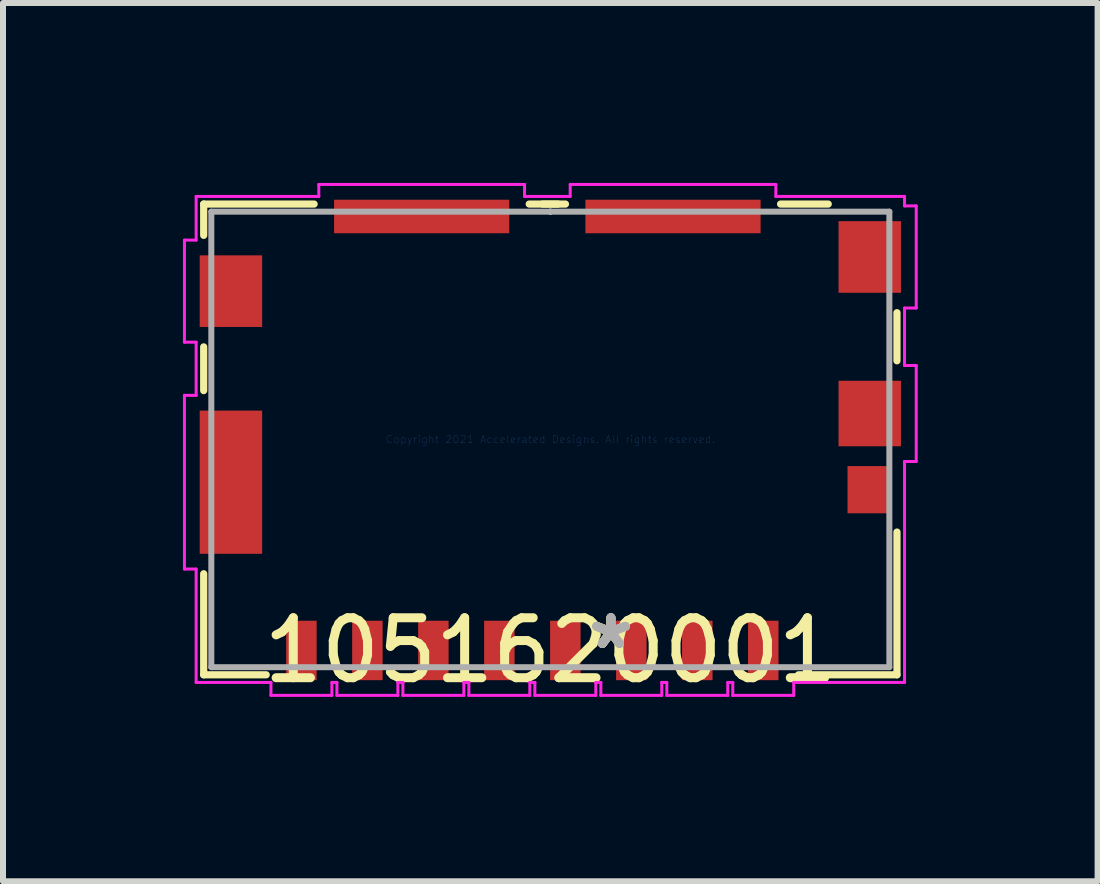
<source format=kicad_pcb>
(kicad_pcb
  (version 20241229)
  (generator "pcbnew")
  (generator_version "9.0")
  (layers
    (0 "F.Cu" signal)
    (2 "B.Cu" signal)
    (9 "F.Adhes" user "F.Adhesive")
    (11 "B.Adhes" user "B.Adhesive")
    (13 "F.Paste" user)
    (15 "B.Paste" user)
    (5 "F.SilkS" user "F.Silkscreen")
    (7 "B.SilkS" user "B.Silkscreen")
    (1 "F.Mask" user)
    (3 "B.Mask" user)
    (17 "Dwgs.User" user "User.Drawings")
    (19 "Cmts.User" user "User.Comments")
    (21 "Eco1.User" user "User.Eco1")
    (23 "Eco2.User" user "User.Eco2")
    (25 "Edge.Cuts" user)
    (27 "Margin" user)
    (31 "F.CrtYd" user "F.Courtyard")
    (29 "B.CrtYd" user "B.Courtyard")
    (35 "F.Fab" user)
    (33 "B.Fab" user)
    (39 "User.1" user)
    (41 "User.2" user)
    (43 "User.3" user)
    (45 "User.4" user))
  (footprint "1051620001"
    (layer "F.Cu")
    (at 6.125 4.276)
    (property "Reference" "1051620001" (at 0 3.518 0) (layer "F.SilkS") (effects (font (size 1 1) (thickness 0.15))))
    (attr through_hole)
    (fp_line (start -5.779 -3.924) (end -5.779 -3.402) (stroke (width 0.12) (type solid)) (layer "F.SilkS"))
    (fp_line (start -5.779 -1.543) (end -5.779 -0.814) (stroke (width 0.12) (type solid)) (layer "F.SilkS"))
    (fp_line (start -5.779 2.239) (end -5.779 3.924) (stroke (width 0.12) (type solid)) (layer "F.SilkS"))
    (fp_line (start -5.779 3.924) (end -4.737 3.924) (stroke (width 0.12) (type solid)) (layer "F.SilkS"))
    (fp_line (start -3.938 -3.924) (end -5.779 -3.924) (stroke (width 0.12) (type solid)) (layer "F.SilkS"))
    (fp_line (start 0.127 -3.924) (end -0.127 -3.924) (stroke (width 0.12) (type solid)) (layer "F.SilkS"))
    (fp_line (start 0.252 -3.924) (end -0.352 -3.924) (stroke (width 0.12) (type solid)) (layer "F.SilkS"))
    (fp_line (start 4.137 3.924) (end 5.779 3.924) (stroke (width 0.12) (type solid)) (layer "F.SilkS"))
    (fp_line (start 4.633 -3.924) (end 3.838 -3.924) (stroke (width 0.12) (type solid)) (layer "F.SilkS"))
    (fp_line (start 5.779 -1.311) (end 5.779 -2.113) (stroke (width 0.12) (type solid)) (layer "F.SilkS"))
    (fp_line (start 5.779 3.924) (end 5.779 1.544) (stroke (width 0.12) (type solid)) (layer "F.SilkS"))
    (fp_line (start -6.1 -0.735) (end -6.1 2.161) (stroke (width 0.05) (type solid)) (layer "F.CrtYd"))
    (fp_line (start -6.1 2.161) (end -5.905 2.161) (stroke (width 0.05) (type solid)) (layer "F.CrtYd"))
    (fp_line (start -6.1 -3.323) (end -6.1 -1.621) (stroke (width 0.05) (type solid)) (layer "F.CrtYd"))
    (fp_line (start -6.1 -1.621) (end -5.905 -1.621) (stroke (width 0.05) (type solid)) (layer "F.CrtYd"))
    (fp_line (start -5.905 -4.051) (end -5.905 -3.323) (stroke (width 0.05) (type solid)) (layer "F.CrtYd"))
    (fp_line (start -5.905 -3.323) (end -6.1 -3.323) (stroke (width 0.05) (type solid)) (layer "F.CrtYd"))
    (fp_line (start -5.905 -1.621) (end -5.905 -0.735) (stroke (width 0.05) (type solid)) (layer "F.CrtYd"))
    (fp_line (start -5.905 -0.735) (end -6.1 -0.735) (stroke (width 0.05) (type solid)) (layer "F.CrtYd"))
    (fp_line (start -5.905 2.161) (end -5.905 4.051) (stroke (width 0.05) (type solid)) (layer "F.CrtYd"))
    (fp_line (start -5.905 4.051) (end -4.658 4.051) (stroke (width 0.05) (type solid)) (layer "F.CrtYd"))
    (fp_line (start -4.658 4.051) (end -4.658 4.267) (stroke (width 0.05) (type solid)) (layer "F.CrtYd"))
    (fp_line (start -4.658 4.267) (end -3.642 4.267) (stroke (width 0.05) (type solid)) (layer "F.CrtYd"))
    (fp_line (start -3.86 -4.251) (end -3.86 -4.051) (stroke (width 0.05) (type solid)) (layer "F.CrtYd"))
    (fp_line (start -3.86 -4.051) (end -5.905 -4.051) (stroke (width 0.05) (type solid)) (layer "F.CrtYd"))
    (fp_line (start -3.642 4.051) (end -3.558 4.051) (stroke (width 0.05) (type solid)) (layer "F.CrtYd"))
    (fp_line (start -3.642 4.267) (end -3.642 4.051) (stroke (width 0.05) (type solid)) (layer "F.CrtYd"))
    (fp_line (start -3.558 4.051) (end -3.558 4.267) (stroke (width 0.05) (type solid)) (layer "F.CrtYd"))
    (fp_line (start -3.558 4.267) (end -2.542 4.267) (stroke (width 0.05) (type solid)) (layer "F.CrtYd"))
    (fp_line (start -2.542 4.051) (end -2.458 4.051) (stroke (width 0.05) (type solid)) (layer "F.CrtYd"))
    (fp_line (start -2.542 4.267) (end -2.542 4.051) (stroke (width 0.05) (type solid)) (layer "F.CrtYd"))
    (fp_line (start -2.458 4.051) (end -2.458 4.267) (stroke (width 0.05) (type solid)) (layer "F.CrtYd"))
    (fp_line (start -2.458 4.267) (end -1.442 4.267) (stroke (width 0.05) (type solid)) (layer "F.CrtYd"))
    (fp_line (start -1.442 4.051) (end -1.358 4.051) (stroke (width 0.05) (type solid)) (layer "F.CrtYd"))
    (fp_line (start -1.442 4.267) (end -1.442 4.051) (stroke (width 0.05) (type solid)) (layer "F.CrtYd"))
    (fp_line (start -1.358 4.051) (end -1.358 4.267) (stroke (width 0.05) (type solid)) (layer "F.CrtYd"))
    (fp_line (start -1.358 4.267) (end -0.342 4.267) (stroke (width 0.05) (type solid)) (layer "F.CrtYd"))
    (fp_line (start -0.43 -4.251) (end -3.86 -4.251) (stroke (width 0.05) (type solid)) (layer "F.CrtYd"))
    (fp_line (start -0.43 -4.051) (end -0.43 -4.251) (stroke (width 0.05) (type solid)) (layer "F.CrtYd"))
    (fp_line (start -0.342 4.051) (end -0.258 4.051) (stroke (width 0.05) (type solid)) (layer "F.CrtYd"))
    (fp_line (start -0.342 4.267) (end -0.342 4.051) (stroke (width 0.05) (type solid)) (layer "F.CrtYd"))
    (fp_line (start -0.258 4.051) (end -0.258 4.267) (stroke (width 0.05) (type solid)) (layer "F.CrtYd"))
    (fp_line (start -0.258 4.267) (end 0.758 4.267) (stroke (width 0.05) (type solid)) (layer "F.CrtYd"))
    (fp_line (start 0.331 -4.251) (end 0.331 -4.051) (stroke (width 0.05) (type solid)) (layer "F.CrtYd"))
    (fp_line (start 0.331 -4.051) (end -0.43 -4.051) (stroke (width 0.05) (type solid)) (layer "F.CrtYd"))
    (fp_line (start 0.758 4.051) (end 0.842 4.051) (stroke (width 0.05) (type solid)) (layer "F.CrtYd"))
    (fp_line (start 0.758 4.267) (end 0.758 4.051) (stroke (width 0.05) (type solid)) (layer "F.CrtYd"))
    (fp_line (start 0.842 4.051) (end 0.842 4.267) (stroke (width 0.05) (type solid)) (layer "F.CrtYd"))
    (fp_line (start 0.842 4.267) (end 1.858 4.267) (stroke (width 0.05) (type solid)) (layer "F.CrtYd"))
    (fp_line (start 1.858 4.051) (end 1.942 4.051) (stroke (width 0.05) (type solid)) (layer "F.CrtYd"))
    (fp_line (start 1.858 4.267) (end 1.858 4.051) (stroke (width 0.05) (type solid)) (layer "F.CrtYd"))
    (fp_line (start 1.942 4.051) (end 1.942 4.267) (stroke (width 0.05) (type solid)) (layer "F.CrtYd"))
    (fp_line (start 1.942 4.267) (end 2.958 4.267) (stroke (width 0.05) (type solid)) (layer "F.CrtYd"))
    (fp_line (start 2.958 4.051) (end 3.042 4.051) (stroke (width 0.05) (type solid)) (layer "F.CrtYd"))
    (fp_line (start 2.958 4.267) (end 2.958 4.051) (stroke (width 0.05) (type solid)) (layer "F.CrtYd"))
    (fp_line (start 3.042 4.051) (end 3.042 4.267) (stroke (width 0.05) (type solid)) (layer "F.CrtYd"))
    (fp_line (start 3.042 4.267) (end 4.058 4.267) (stroke (width 0.05) (type solid)) (layer "F.CrtYd"))
    (fp_line (start 3.76 -4.251) (end 0.331 -4.251) (stroke (width 0.05) (type solid)) (layer "F.CrtYd"))
    (fp_line (start 3.76 -4.051) (end 3.76 -4.251) (stroke (width 0.05) (type solid)) (layer "F.CrtYd"))
    (fp_line (start 4.058 4.051) (end 5.905 4.051) (stroke (width 0.05) (type solid)) (layer "F.CrtYd"))
    (fp_line (start 4.058 4.267) (end 4.058 4.051) (stroke (width 0.05) (type solid)) (layer "F.CrtYd"))
    (fp_line (start 5.905 -4.051) (end 3.76 -4.051) (stroke (width 0.05) (type solid)) (layer "F.CrtYd"))
    (fp_line (start 5.905 -3.893) (end 5.905 -4.051) (stroke (width 0.05) (type solid)) (layer "F.CrtYd"))
    (fp_line (start 5.905 -2.191) (end 6.1 -2.191) (stroke (width 0.05) (type solid)) (layer "F.CrtYd"))
    (fp_line (start 5.905 -1.232) (end 5.905 -2.191) (stroke (width 0.05) (type solid)) (layer "F.CrtYd"))
    (fp_line (start 5.905 0.368) (end 6.1 0.368) (stroke (width 0.05) (type solid)) (layer "F.CrtYd"))
    (fp_line (start 5.905 4.051) (end 5.905 0.368) (stroke (width 0.05) (type solid)) (layer "F.CrtYd"))
    (fp_line (start 6.1 -3.893) (end 5.905 -3.893) (stroke (width 0.05) (type solid)) (layer "F.CrtYd"))
    (fp_line (start 6.1 -2.191) (end 6.1 -3.893) (stroke (width 0.05) (type solid)) (layer "F.CrtYd"))
    (fp_line (start 6.1 -1.232) (end 5.905 -1.232) (stroke (width 0.05) (type solid)) (layer "F.CrtYd"))
    (fp_line (start 6.1 0.368) (end 6.1 -1.232) (stroke (width 0.05) (type solid)) (layer "F.CrtYd"))
    (fp_line (start -5.652 -3.797) (end -5.652 3.797) (stroke (width 0.1) (type solid)) (layer "F.Fab"))
    (fp_line (start -5.652 3.797) (end 5.652 3.797) (stroke (width 0.1) (type solid)) (layer "F.Fab"))
    (fp_line (start 0 -3.797) (end 0 -3.797) (stroke (width 0.1) (type solid)) (layer "F.Fab"))
    (fp_line (start 0 -3.797) (end 0 -3.797) (stroke (width 0.1) (type solid)) (layer "F.Fab"))
    (fp_line (start 0 -3.797) (end 0 -3.797) (stroke (width 0.1) (type solid)) (layer "F.Fab"))
    (fp_line (start 0 -3.797) (end 0 -3.797) (stroke (width 0.1) (type solid)) (layer "F.Fab"))
    (fp_line (start 5.652 -3.797) (end -5.652 -3.797) (stroke (width 0.1) (type solid)) (layer "F.Fab"))
    (fp_line (start 5.652 3.797) (end 5.652 -3.797) (stroke (width 0.1) (type solid)) (layer "F.Fab"))
    (fp_text user "*" (at 1.01 3.518 0) (layer "F.SilkS") (effects (font (size 1 1) (thickness 0.15))))
    (fp_text user "*" (at 1.01 3.518 0) (layer "F.SilkS") (effects (font (size 1 1) (thickness 0.15))))
    (fp_text user "Copyright 2021 Accelerated Designs. All rights reserved." (at 0 0 0) (layer "Cmts.User") (effects (font (size 0.127 0.127) (thickness 0.002))))
    (fp_text user "*" (at 1.01 3.518 0) (layer "F.Fab") (effects (font (size 1 1) (thickness 0.15))))
    (fp_text user "*" (at 1.01 3.518 0) (layer "F.Fab") (effects (font (size 1 1) (thickness 0.15))))
    (pad "14" smd rect (at -2.145 -3.717) (size 2.921 0.559) (layers "F.Cu" "F.Mask" "F.Paste"))
    (pad "15" smd rect (at 2.045 -3.717) (size 2.921 0.559) (layers "F.Cu" "F.Mask" "F.Paste"))
    (pad "G1" smd rect (at 5.325 -0.432) (size 1.041 1.092) (layers "F.Cu" "F.Mask" "F.Paste"))
    (pad "G2" smd rect (at 5.325 -3.042) (size 1.041 1.194) (layers "F.Cu" "F.Mask" "F.Paste"))
    (pad "G3" smd rect (at -5.325 -2.472) (size 1.041 1.194) (layers "F.Cu" "F.Mask" "F.Paste"))
    (pad "G4" smd rect (at -5.325 0.713) (size 1.041 2.388) (layers "F.Cu" "F.Mask" "F.Paste"))
    (pad "P1" smd rect (at 3.55 3.518) (size 0.508 0.991) (layers "F.Cu" "F.Mask" "F.Paste"))
    (pad "P2" smd rect (at 2.45 3.518) (size 0.508 0.991) (layers "F.Cu" "F.Mask" "F.Paste"))
    (pad "P3" smd rect (at 1.35 3.518) (size 0.508 0.991) (layers "F.Cu" "F.Mask" "F.Paste"))
    (pad "P4" smd rect (at 0.25 3.518) (size 0.508 0.991) (layers "F.Cu" "F.Mask" "F.Paste"))
    (pad "P5" smd rect (at -0.85 3.518) (size 0.508 0.991) (layers "F.Cu" "F.Mask" "F.Paste"))
    (pad "P6" smd rect (at -1.95 3.518) (size 0.508 0.991) (layers "F.Cu" "F.Mask" "F.Paste"))
    (pad "P7" smd rect (at -3.05 3.518) (size 0.508 0.991) (layers "F.Cu" "F.Mask" "F.Paste"))
    (pad "P8" smd rect (at -4.15 3.518) (size 0.508 0.991) (layers "F.Cu" "F.Mask" "F.Paste"))
    (pad "P9" smd rect (at 5.31 0.838) (size 0.711 0.787) (layers "F.Cu" "F.Mask" "F.Paste")))
  (gr_rect
    (start -3 -3)
    (end 15.249 11.642)
    (stroke (width 0.1) (type default))
    (fill no)
    (layer "Edge.Cuts")))
</source>
